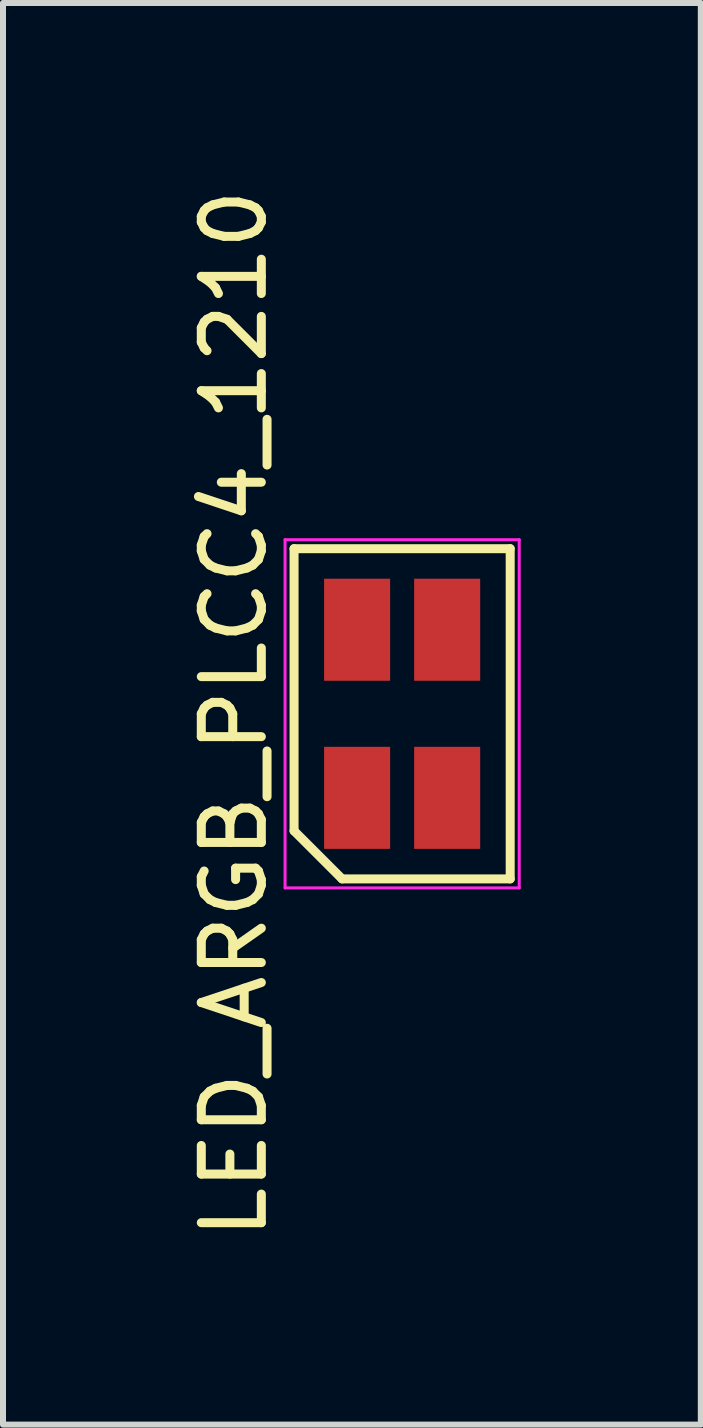
<source format=kicad_pcb>
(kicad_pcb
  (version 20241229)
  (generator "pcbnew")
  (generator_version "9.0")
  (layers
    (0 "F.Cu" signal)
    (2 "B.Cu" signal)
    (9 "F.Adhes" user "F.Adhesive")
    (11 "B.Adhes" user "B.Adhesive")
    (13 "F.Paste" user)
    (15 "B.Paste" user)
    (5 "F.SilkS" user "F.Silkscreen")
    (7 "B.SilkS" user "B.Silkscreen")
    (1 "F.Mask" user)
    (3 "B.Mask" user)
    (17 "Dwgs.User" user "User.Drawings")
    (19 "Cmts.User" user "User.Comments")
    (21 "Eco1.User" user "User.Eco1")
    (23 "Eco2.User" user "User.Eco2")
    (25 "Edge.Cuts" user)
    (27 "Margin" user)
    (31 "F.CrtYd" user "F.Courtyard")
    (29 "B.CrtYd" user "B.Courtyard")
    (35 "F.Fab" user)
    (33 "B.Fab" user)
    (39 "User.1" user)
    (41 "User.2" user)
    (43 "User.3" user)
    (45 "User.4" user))
  (footprint "LED_ARGB_PLCC4_1210"
    (layer "F.Cu")
    (at 3.648 8.839)
    (property "Reference" "LED_ARGB_PLCC4_1210" (at -2.8 0 90) (layer "F.SilkS") (effects (font (size 1 1) (thickness 0.15))))
    (attr smd)
    (fp_line (start -1.8 -2.75) (end 1.8 -2.75) (stroke (width 0.15) (type solid)) (layer "F.SilkS"))
    (fp_line (start -1.8 1.95) (end -1.8 -2.75) (stroke (width 0.15) (type solid)) (layer "F.SilkS"))
    (fp_line (start -1 2.75) (end -1.8 1.95) (stroke (width 0.15) (type solid)) (layer "F.SilkS"))
    (fp_line (start 1.8 -2.75) (end 1.8 2.75) (stroke (width 0.15) (type solid)) (layer "F.SilkS"))
    (fp_line (start 1.8 2.75) (end -1 2.75) (stroke (width 0.15) (type solid)) (layer "F.SilkS"))
    (fp_line (start -1.95 -2.9) (end 1.95 -2.9) (stroke (width 0.05) (type solid)) (layer "F.CrtYd"))
    (fp_line (start -1.95 2.9) (end -1.95 -2.9) (stroke (width 0.05) (type solid)) (layer "F.CrtYd"))
    (fp_line (start 1.95 -2.9) (end 1.95 2.9) (stroke (width 0.05) (type solid)) (layer "F.CrtYd"))
    (fp_line (start 1.95 2.9) (end -1.95 2.9) (stroke (width 0.05) (type solid)) (layer "F.CrtYd"))
    (pad "1" smd rect (at -0.75 1.4) (size 1.1 1.7) (layers "F.Cu" "F.Mask" "F.Paste"))
    (pad "2" smd rect (at 0.75 1.4) (size 1.1 1.7) (layers "F.Cu" "F.Mask" "F.Paste"))
    (pad "3" smd rect (at 0.75 -1.4) (size 1.1 1.7) (layers "F.Cu" "F.Mask" "F.Paste"))
    (pad "4" smd rect (at -0.75 -1.4) (size 1.1 1.7) (layers "F.Cu" "F.Mask" "F.Paste")))
  (gr_rect
    (start -3 -3)
    (end 8.623 20.679)
    (stroke (width 0.1) (type default))
    (fill no)
    (layer "Edge.Cuts")))
</source>
